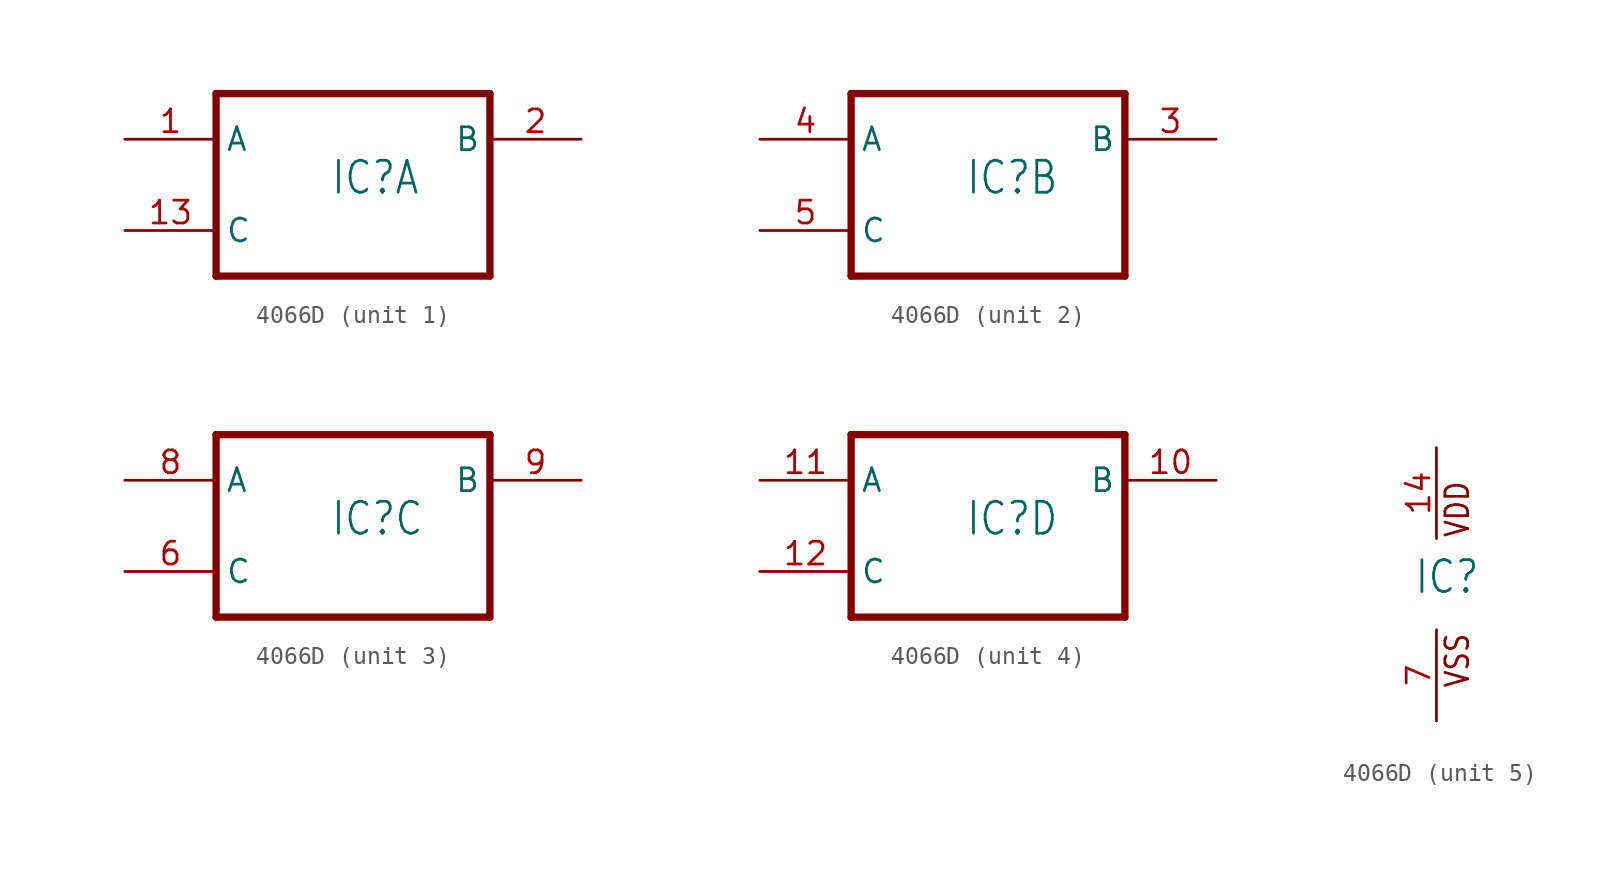
<source format=kicad_sym>
(kicad_symbol_lib
  (version 20220914)
  (generator kicad_symbol_editor)
  (symbol "4066D"
    (property "Reference" "IC"
      (at -1.27 -0.635 0)
      (effects (font (size 1.778 1.511)) (justify left bottom)))
    (property "ki_locked" ""
      (at 0 0 0)
      (effects (font (size 1.27 1.27))))
    (symbol "4066D_1_0"
      (polyline (pts (xy -7.62 -5.08) (xy 7.62 -5.08)) (stroke (width 0.406) (type solid)) (fill (type none)))
      (polyline (pts (xy -7.62 5.08) (xy -7.62 -5.08)) (stroke (width 0.406) (type solid)) (fill (type none)))
      (polyline (pts (xy 7.62 -5.08) (xy 7.62 5.08)) (stroke (width 0.406) (type solid)) (fill (type none)))
      (polyline (pts (xy 7.62 5.08) (xy -7.62 5.08)) (stroke (width 0.406) (type solid)) (fill (type none)))
      (pin tri_state line (at -12.7 2.54 0) (length 5.08) (name "A" (effects (font (size 1.27 1.27)))) (number "1" (effects (font (size 1.27 1.27)))))
      (pin input line (at -12.7 -2.54 0) (length 5.08) (name "C" (effects (font (size 1.27 1.27)))) (number "13" (effects (font (size 1.27 1.27)))))
      (pin tri_state line (at 12.7 2.54 180) (length 5.08) (name "B" (effects (font (size 1.27 1.27)))) (number "2" (effects (font (size 1.27 1.27))))))
    (symbol "4066D_2_0"
      (polyline (pts (xy -7.62 -5.08) (xy 7.62 -5.08)) (stroke (width 0.406) (type solid)) (fill (type none)))
      (polyline (pts (xy -7.62 5.08) (xy -7.62 -5.08)) (stroke (width 0.406) (type solid)) (fill (type none)))
      (polyline (pts (xy 7.62 -5.08) (xy 7.62 5.08)) (stroke (width 0.406) (type solid)) (fill (type none)))
      (polyline (pts (xy 7.62 5.08) (xy -7.62 5.08)) (stroke (width 0.406) (type solid)) (fill (type none)))
      (pin tri_state line (at 12.7 2.54 180) (length 5.08) (name "B" (effects (font (size 1.27 1.27)))) (number "3" (effects (font (size 1.27 1.27)))))
      (pin tri_state line (at -12.7 2.54 0) (length 5.08) (name "A" (effects (font (size 1.27 1.27)))) (number "4" (effects (font (size 1.27 1.27)))))
      (pin input line (at -12.7 -2.54 0) (length 5.08) (name "C" (effects (font (size 1.27 1.27)))) (number "5" (effects (font (size 1.27 1.27))))))
    (symbol "4066D_3_0"
      (polyline (pts (xy -7.62 -5.08) (xy 7.62 -5.08)) (stroke (width 0.406) (type solid)) (fill (type none)))
      (polyline (pts (xy -7.62 5.08) (xy -7.62 -5.08)) (stroke (width 0.406) (type solid)) (fill (type none)))
      (polyline (pts (xy 7.62 -5.08) (xy 7.62 5.08)) (stroke (width 0.406) (type solid)) (fill (type none)))
      (polyline (pts (xy 7.62 5.08) (xy -7.62 5.08)) (stroke (width 0.406) (type solid)) (fill (type none)))
      (pin input line (at -12.7 -2.54 0) (length 5.08) (name "C" (effects (font (size 1.27 1.27)))) (number "6" (effects (font (size 1.27 1.27)))))
      (pin tri_state line (at -12.7 2.54 0) (length 5.08) (name "A" (effects (font (size 1.27 1.27)))) (number "8" (effects (font (size 1.27 1.27)))))
      (pin tri_state line (at 12.7 2.54 180) (length 5.08) (name "B" (effects (font (size 1.27 1.27)))) (number "9" (effects (font (size 1.27 1.27))))))
    (symbol "4066D_4_0"
      (polyline (pts (xy -7.62 -5.08) (xy 7.62 -5.08)) (stroke (width 0.406) (type solid)) (fill (type none)))
      (polyline (pts (xy -7.62 5.08) (xy -7.62 -5.08)) (stroke (width 0.406) (type solid)) (fill (type none)))
      (polyline (pts (xy 7.62 -5.08) (xy 7.62 5.08)) (stroke (width 0.406) (type solid)) (fill (type none)))
      (polyline (pts (xy 7.62 5.08) (xy -7.62 5.08)) (stroke (width 0.406) (type solid)) (fill (type none)))
      (pin tri_state line (at 12.7 2.54 180) (length 5.08) (name "B" (effects (font (size 1.27 1.27)))) (number "10" (effects (font (size 1.27 1.27)))))
      (pin tri_state line (at -12.7 2.54 0) (length 5.08) (name "A" (effects (font (size 1.27 1.27)))) (number "11" (effects (font (size 1.27 1.27)))))
      (pin input line (at -12.7 -2.54 0) (length 5.08) (name "C" (effects (font (size 1.27 1.27)))) (number "12" (effects (font (size 1.27 1.27))))))
    (symbol "4066D_5_0"
      (text "VDD" (at 1.905 2.54 900) (effects (font (size 1.27 1.079)) (justify left bottom)))
      (text "VSS" (at 1.905 -5.842 900) (effects (font (size 1.27 1.079)) (justify left bottom)))
      (pin power_in line (at 0 7.62 270) (length 5.08) (name "VDD" (effects (font (size 0 0)))) (number "14" (effects (font (size 1.27 1.27)))))
      (pin power_in line (at 0 -7.62 90) (length 5.08) (name "VSS" (effects (font (size 0 0)))) (number "7" (effects (font (size 1.27 1.27))))))))
</source>
